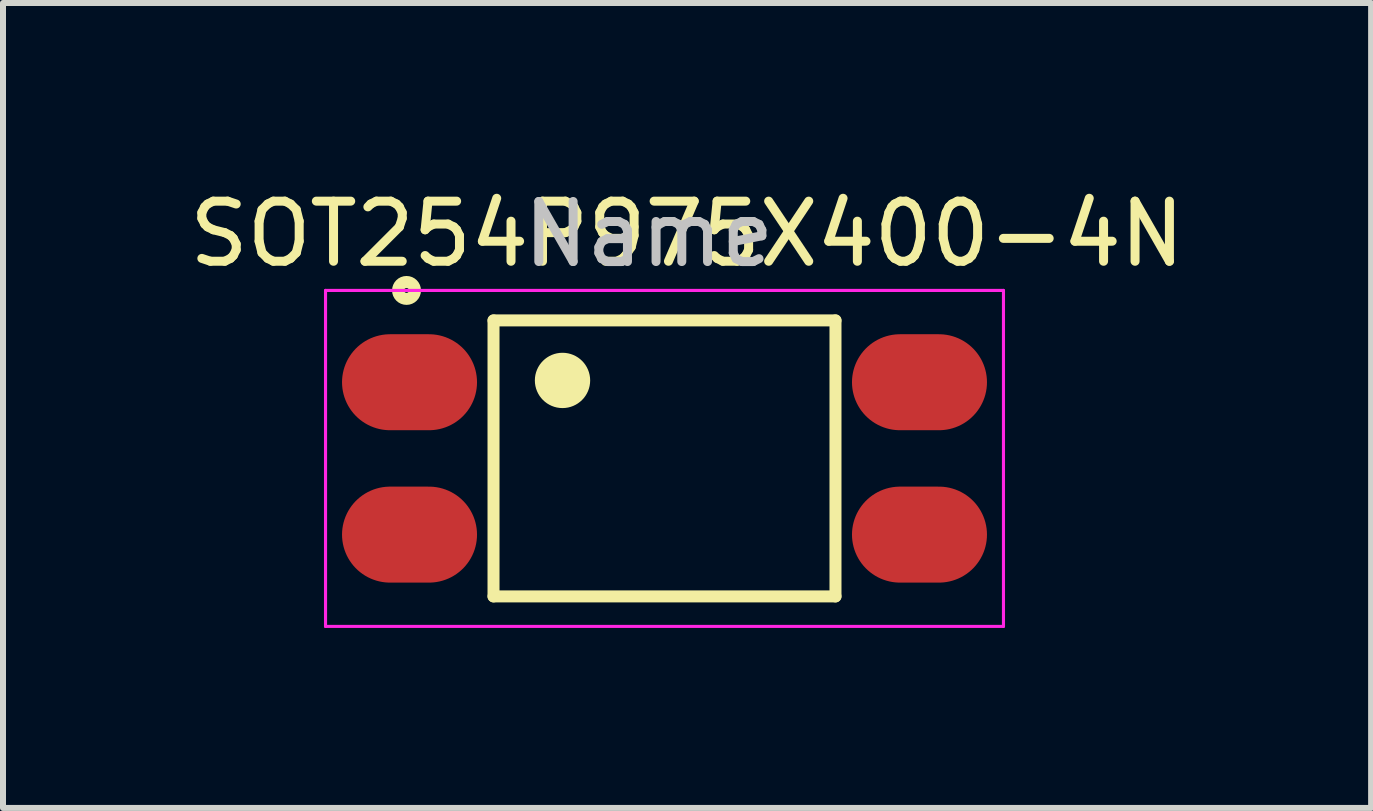
<source format=kicad_pcb>
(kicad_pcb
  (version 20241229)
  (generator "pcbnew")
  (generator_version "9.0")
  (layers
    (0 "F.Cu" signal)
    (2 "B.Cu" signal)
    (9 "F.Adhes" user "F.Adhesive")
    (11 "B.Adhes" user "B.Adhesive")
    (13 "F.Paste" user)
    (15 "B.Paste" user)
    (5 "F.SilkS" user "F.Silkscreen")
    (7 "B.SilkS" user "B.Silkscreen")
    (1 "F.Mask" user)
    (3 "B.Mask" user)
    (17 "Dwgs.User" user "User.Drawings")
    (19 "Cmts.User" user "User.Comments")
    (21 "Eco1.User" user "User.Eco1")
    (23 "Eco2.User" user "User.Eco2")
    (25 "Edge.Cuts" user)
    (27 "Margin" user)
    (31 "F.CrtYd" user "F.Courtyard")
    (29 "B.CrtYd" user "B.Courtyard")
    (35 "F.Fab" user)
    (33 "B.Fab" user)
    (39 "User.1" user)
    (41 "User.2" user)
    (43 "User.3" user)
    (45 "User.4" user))
  (footprint "SOT254P975X400-4N"
    (layer "F.Cu")
    (at 8.026 4.591)
    (property "Reference" "SOT254P975X400-4N" (at 0.376 -3.742 0) (layer "F.SilkS") (effects (font (size 1.002 1.002) (thickness 0.15))))
    (attr through_hole)
    (fp_line (start -2.85 -2.3) (end 2.85 -2.3) (stroke (width 0.2) (type solid)) (layer "F.SilkS"))
    (fp_line (start -2.85 2.3) (end -2.85 -2.3) (stroke (width 0.2) (type solid)) (layer "F.SilkS"))
    (fp_line (start 2.85 -2.3) (end 2.85 2.3) (stroke (width 0.2) (type solid)) (layer "F.SilkS"))
    (fp_line (start 2.85 2.3) (end -2.85 2.3) (stroke (width 0.2) (type solid)) (layer "F.SilkS"))
    (fp_circle (center -4.3 -2.8) (end -4.159 -2.8) (stroke (width 0.2) (type solid)) (fill no) (layer "F.SilkS"))
    (fp_circle (center -1.7 -1.3) (end -1.339 -1.3) (stroke (width 0.2) (type solid)) (fill no) (layer "F.SilkS"))
    (fp_poly (pts (xy -2.001 -1.6) (xy -1.4 -1.6) (xy -1.4 -1.001) (xy -2.001 -1.001)) (stroke (width 0.01) (type solid)) (fill yes) (layer "F.SilkS"))
    (fp_line (start -5.65 -2.8) (end 5.65 -2.8) (stroke (width 0.052) (type solid)) (layer "F.CrtYd"))
    (fp_line (start -5.65 2.8) (end -5.65 -2.8) (stroke (width 0.052) (type solid)) (layer "F.CrtYd"))
    (fp_line (start 5.65 -2.8) (end 5.65 2.8) (stroke (width 0.052) (type solid)) (layer "F.CrtYd"))
    (fp_line (start 5.65 2.8) (end -5.65 2.8) (stroke (width 0.052) (type solid)) (layer "F.CrtYd"))
    (fp_text user "Name" (at -0.26 -3.737 0) (layer "Dwgs.User") (effects (font (size 1.001 1.001) (thickness 0.15))))
    (pad "1" smd oval (at -4.25 -1.27) (size 2.25 1.6) (layers "F.Cu" "F.Mask" "F.Paste"))
    (pad "2" smd oval (at -4.25 1.27) (size 2.25 1.6) (layers "F.Cu" "F.Mask" "F.Paste"))
    (pad "3" smd oval (at 4.25 1.27) (size 2.25 1.6) (layers "F.Cu" "F.Mask" "F.Paste"))
    (pad "4" smd oval (at 4.25 -1.27) (size 2.25 1.6) (layers "F.Cu" "F.Mask" "F.Paste")))
  (gr_rect
    (start -3 -3)
    (end 19.804 10.417)
    (stroke (width 0.1) (type default))
    (fill no)
    (layer "Edge.Cuts")))
</source>
